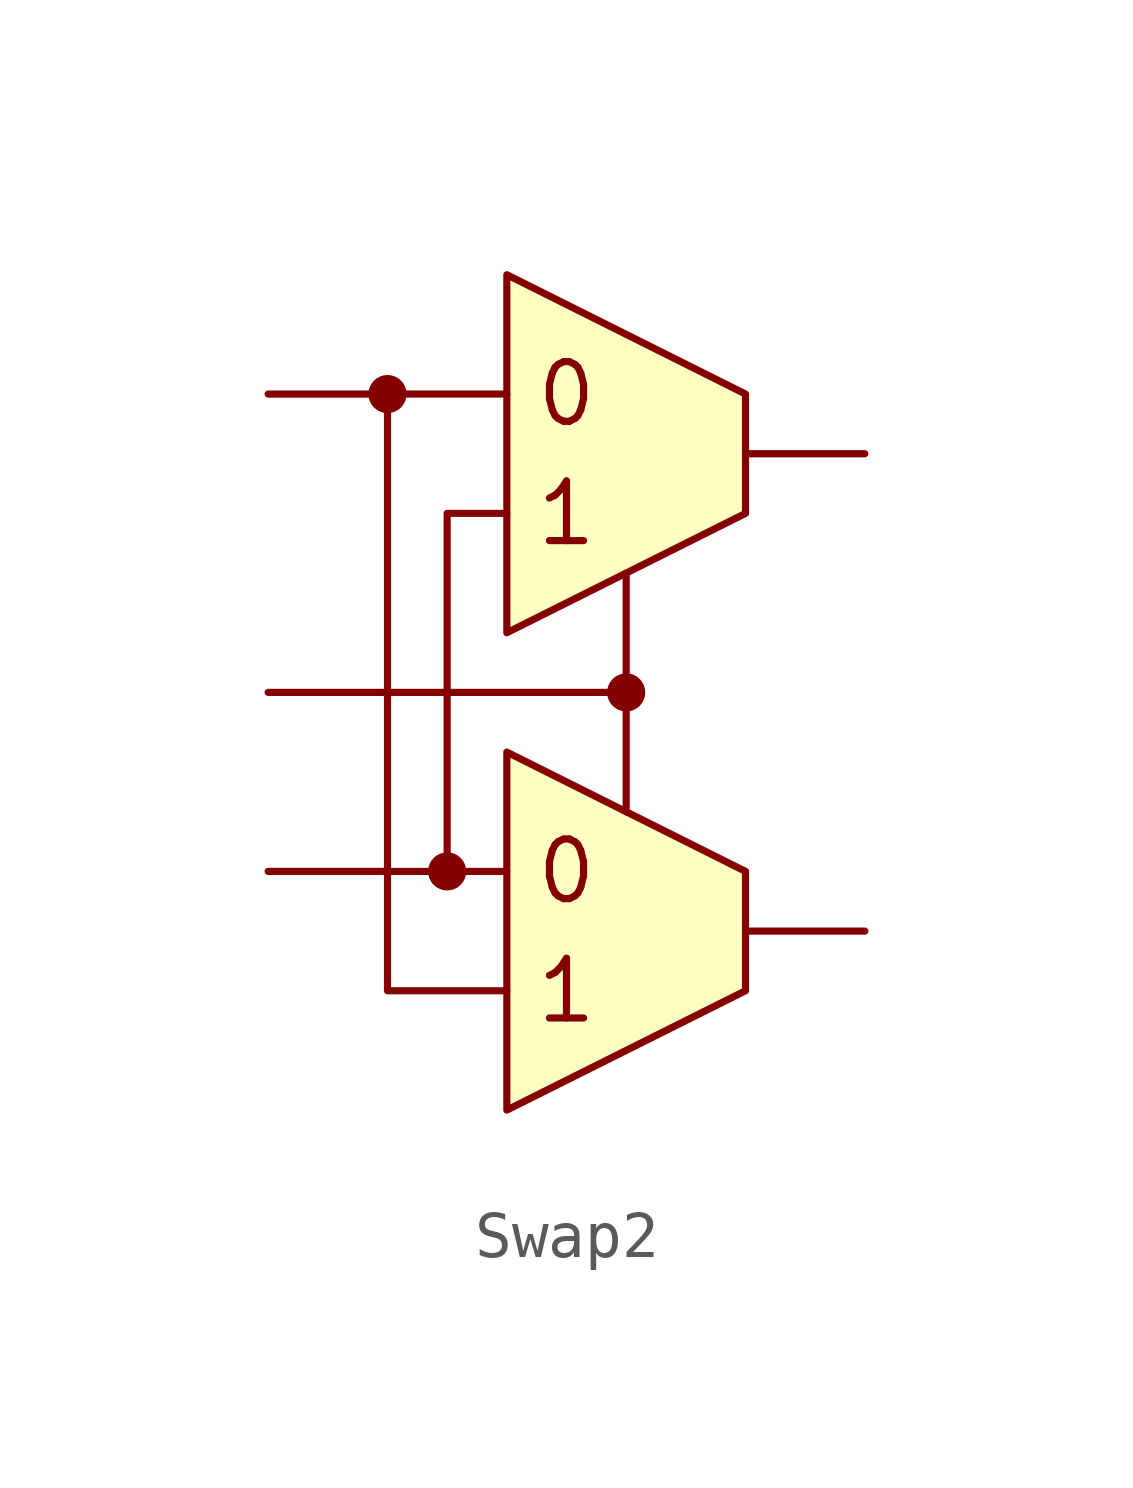
<source format=kicad_sym>
(kicad_symbol_lib
  (version 20211014)
  (generator kicad_symbol_editor)
  (symbol "Swap2"
    (property "Reference" "U"
      (at 0 -8.89 0)
      (effects (font (size 1.27 1.27)) hide))
    (symbol "Swap2_0_0"
      (circle (center -5.08 6.35) (radius 0.279) (stroke (width 0.254) (type default) (color 0 0 0 0)) (fill (type outline)))
      (circle (center -3.81 -3.81) (radius 0.279) (stroke (width 0.254) (type default) (color 0 0 0 0)) (fill (type outline)))
      (polyline (pts (xy -2.54 -3.81) (xy -5.08 -3.81)) (stroke (width 0.152) (type default) (color 0 0 0 0)) (fill (type none)))
      (polyline (pts (xy -2.54 6.35) (xy -5.08 6.35)) (stroke (width 0.152) (type default) (color 0 0 0 0)) (fill (type none)))
      (polyline (pts (xy 0 0) (xy -5.08 0)) (stroke (width 0.152) (type default) (color 0 0 0 0)) (fill (type none)))
      (polyline (pts (xy 0 2.54) (xy 0 -2.54)) (stroke (width 0.152) (type default) (color 0 0 0 0)) (fill (type none)))
      (polyline (pts (xy -2.54 -6.35) (xy -5.08 -6.35) (xy -5.08 6.35)) (stroke (width 0.152) (type default) (color 0 0 0 0)) (fill (type none)))
      (polyline (pts (xy -2.54 3.81) (xy -3.81 3.81) (xy -3.81 -3.81)) (stroke (width 0.152) (type default) (color 0 0 0 0)) (fill (type none)))
      (circle (center 0 0) (radius 0.279) (stroke (width 0.254) (type default) (color 0 0 0 0)) (fill (type outline)))
      (text "0" (at -1.27 -3.81 0) (effects (font (size 1.27 1.27))))
      (text "0" (at -1.27 6.35 0) (effects (font (size 1.27 1.27))))
      (text "1" (at -1.27 -6.35 0) (effects (font (size 1.27 1.27))))
      (text "1" (at -1.27 3.81 0) (effects (font (size 1.27 1.27)))))
    (symbol "Swap2_0_1"
      (polyline (pts (xy -2.54 -1.27) (xy -2.54 -8.89) (xy 2.54 -6.35) (xy 2.54 -3.81) (xy -2.54 -1.27)) (stroke (width 0.152) (type default) (color 0 0 0 0)) (fill (type background)))
      (polyline (pts (xy -2.54 8.89) (xy -2.54 1.27) (xy 2.54 3.81) (xy 2.54 6.35) (xy -2.54 8.89)) (stroke (width 0.152) (type default) (color 0 0 0 0)) (fill (type background))))
    (symbol "Swap2_1_1"
      (pin input line (at -7.62 -3.81 0) (length 2.54) (name "~" (effects (font (size 1.27 1.27)))) (number "" (effects (font (size 1.27 1.27)))))
      (pin input line (at -7.62 0 0) (length 2.54) (name "~" (effects (font (size 1.27 1.27)))) (number "" (effects (font (size 1.27 1.27)))))
      (pin input line (at -7.62 6.35 0) (length 2.54) (name "~" (effects (font (size 1.27 1.27)))) (number "" (effects (font (size 1.27 1.27)))))
      (pin output line (at 5.08 -5.08 180) (length 2.54) (name "~" (effects (font (size 1.27 1.27)))) (number "" (effects (font (size 1.27 1.27)))))
      (pin output line (at 5.08 5.08 180) (length 2.54) (name "~" (effects (font (size 1.27 1.27)))) (number "" (effects (font (size 1.27 1.27))))))))
</source>
